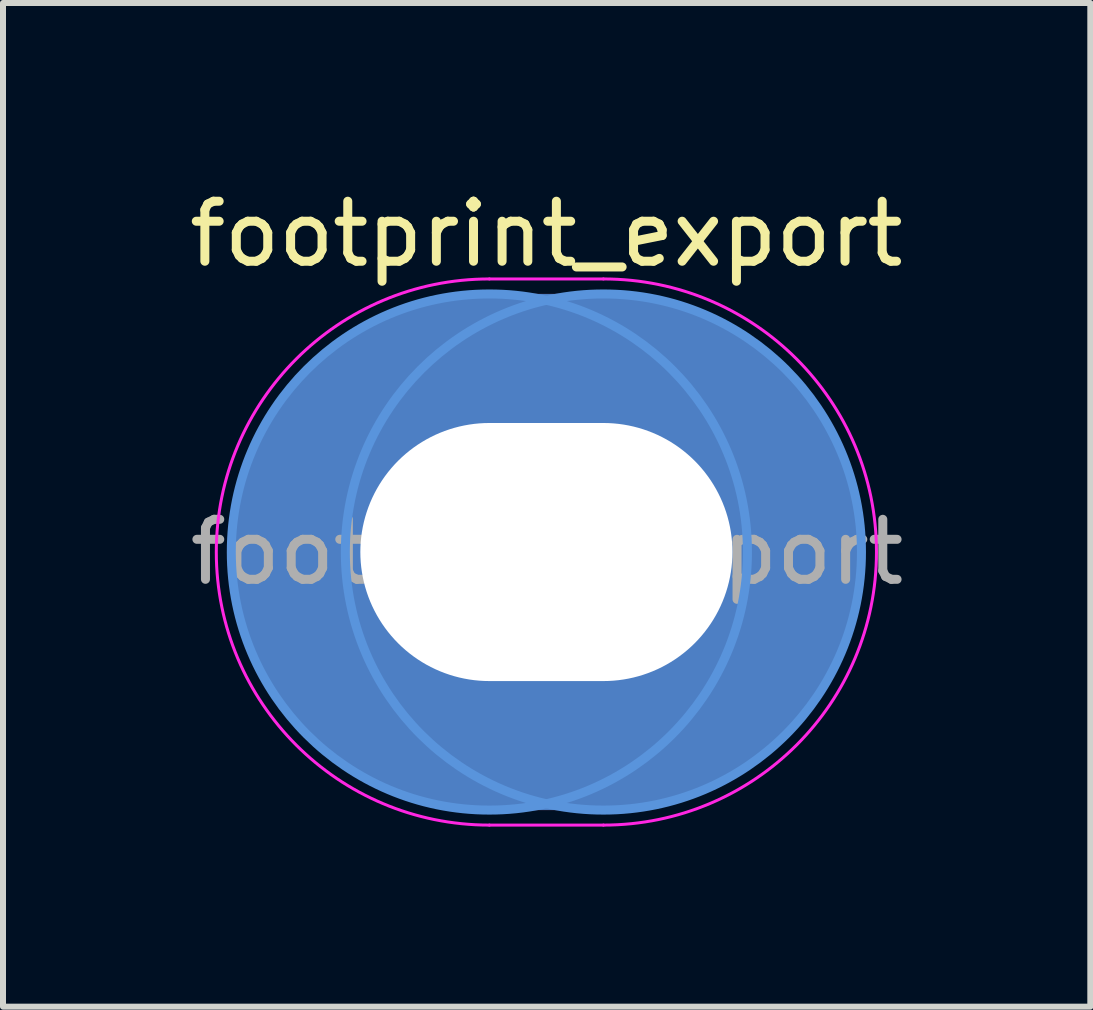
<source format=kicad_pcb>
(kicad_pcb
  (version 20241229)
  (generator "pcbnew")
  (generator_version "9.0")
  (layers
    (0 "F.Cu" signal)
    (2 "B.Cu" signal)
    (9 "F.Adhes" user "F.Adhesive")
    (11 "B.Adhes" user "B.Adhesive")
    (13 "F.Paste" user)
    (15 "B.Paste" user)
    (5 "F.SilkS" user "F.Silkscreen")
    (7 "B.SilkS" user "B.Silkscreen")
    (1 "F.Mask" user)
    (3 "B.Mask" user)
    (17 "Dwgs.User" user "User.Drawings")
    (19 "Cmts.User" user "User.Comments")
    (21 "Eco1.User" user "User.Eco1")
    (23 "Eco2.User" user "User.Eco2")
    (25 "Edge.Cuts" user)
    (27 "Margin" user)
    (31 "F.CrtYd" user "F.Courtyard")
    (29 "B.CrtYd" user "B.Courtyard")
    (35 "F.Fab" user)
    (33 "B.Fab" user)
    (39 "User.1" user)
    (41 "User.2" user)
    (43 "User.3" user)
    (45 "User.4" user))
  (footprint "footprint_export"
    (layer "F.Cu")
    (at 6.054 6.148)
    (property "Reference" "footprint_export" (at 0 -5.3 0) (layer "F.SilkS") (effects (font (size 1 1) (thickness 0.15))))
    (attr exclude_from_pos_files exclude_from_bom)
    (fp_circle (center -0.95 0) (end 3.35 0) (stroke (width 0.15) (type solid)) (fill no) (layer "Cmts.User"))
    (fp_circle (center 0.95 0) (end 5.25 0) (stroke (width 0.15) (type solid)) (fill no) (layer "Cmts.User"))
    (fp_line (start -0.95 -4.55) (end 0.95 -4.55) (stroke (width 0.05) (type solid)) (layer "F.CrtYd"))
    (fp_line (start 0.95 4.55) (end -0.95 4.55) (stroke (width 0.05) (type solid)) (layer "F.CrtYd"))
    (fp_arc (start -0.95 4.55) (mid -5.5 0) (end -0.95 -4.55) (stroke (width 0.05) (type solid)) (layer "F.CrtYd"))
    (fp_arc (start 0.95 -4.55) (mid 5.5 0) (end 0.95 4.55) (stroke (width 0.05) (type solid)) (layer "F.CrtYd"))
    (fp_text user "${REFERENCE}" (at 0.01 0 0) (layer "F.Fab") (effects (font (size 1 1) (thickness 0.15))))
    (pad "1" thru_hole oval (at 0 0) (size 10.4 8.6) (drill oval 6.2 4.3) (layers "*.Cu" "*.Mask")))
  (gr_rect
    (start -3 -3)
    (end 15.117 13.723)
    (stroke (width 0.1) (type default))
    (fill no)
    (layer "Edge.Cuts")))
</source>
